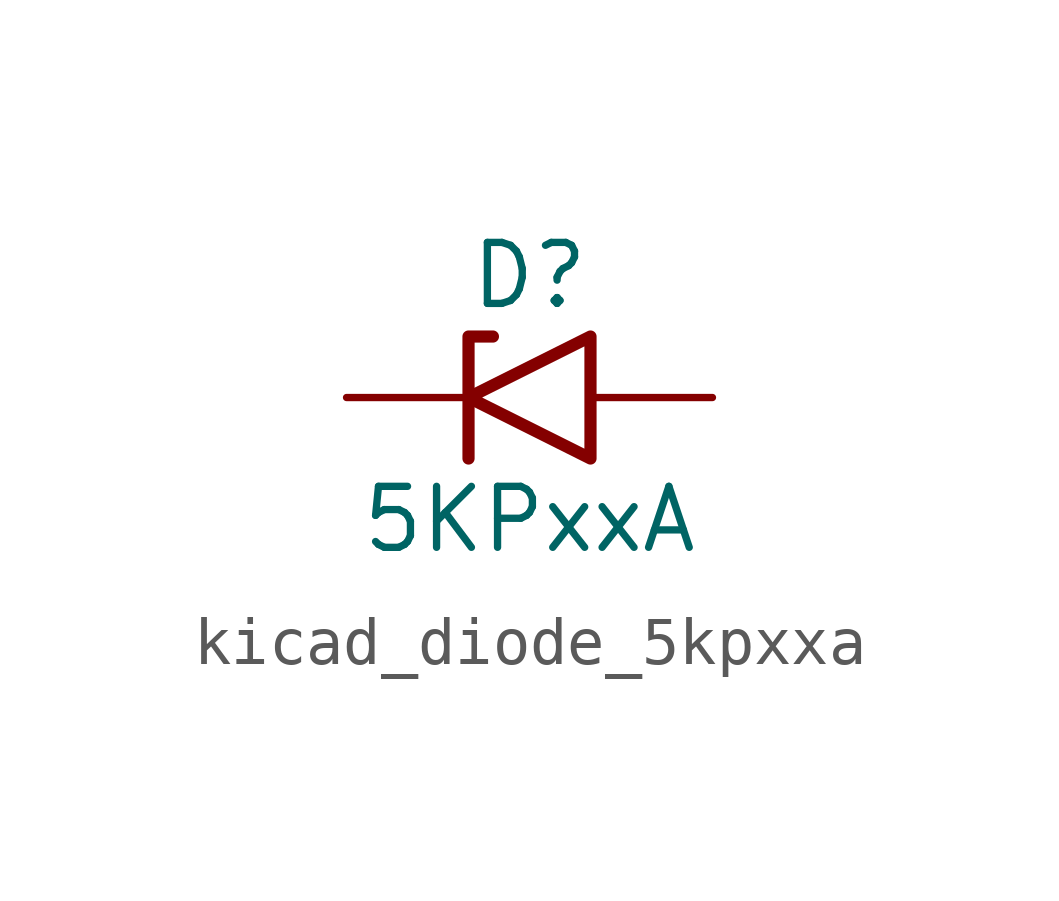
<source format=kicad_sym>
(kicad_symbol_lib
  (version 20220914)
  (generator kicad_symbol_editor)
  (symbol "kicad_diode_5kpxxa"
    (pin_numbers hide)
    (pin_names
      (offset 1.016) hide)
    (property "Reference" "D"
      (at 0 2.54 0)
      (effects (font (size 1.27 1.27))))
    (property "Value" "5KPxxA"
      (at 0 -2.54 0)
      (effects (font (size 1.27 1.27))))
    (symbol "kicad_diode_5kpxxa_0_1"
      (polyline (pts (xy -0.762 1.27) (xy -1.27 1.27) (xy -1.27 -1.27)) (stroke (width 0.254) (type default)) (fill (type none)))
      (polyline (pts (xy 1.27 1.27) (xy 1.27 -1.27) (xy -1.27 0) (xy 1.27 1.27)) (stroke (width 0.254) (type default)) (fill (type none))))
    (symbol "kicad_diode_5kpxxa_1_1"
      (pin passive line (at -3.81 0 0) (length 2.54) (name "A1" (effects (font (size 1.27 1.27)))) (number "1" (effects (font (size 1.27 1.27)))))
      (pin passive line (at 3.81 0 180) (length 2.54) (name "A2" (effects (font (size 1.27 1.27)))) (number "2" (effects (font (size 1.27 1.27))))))))
</source>
